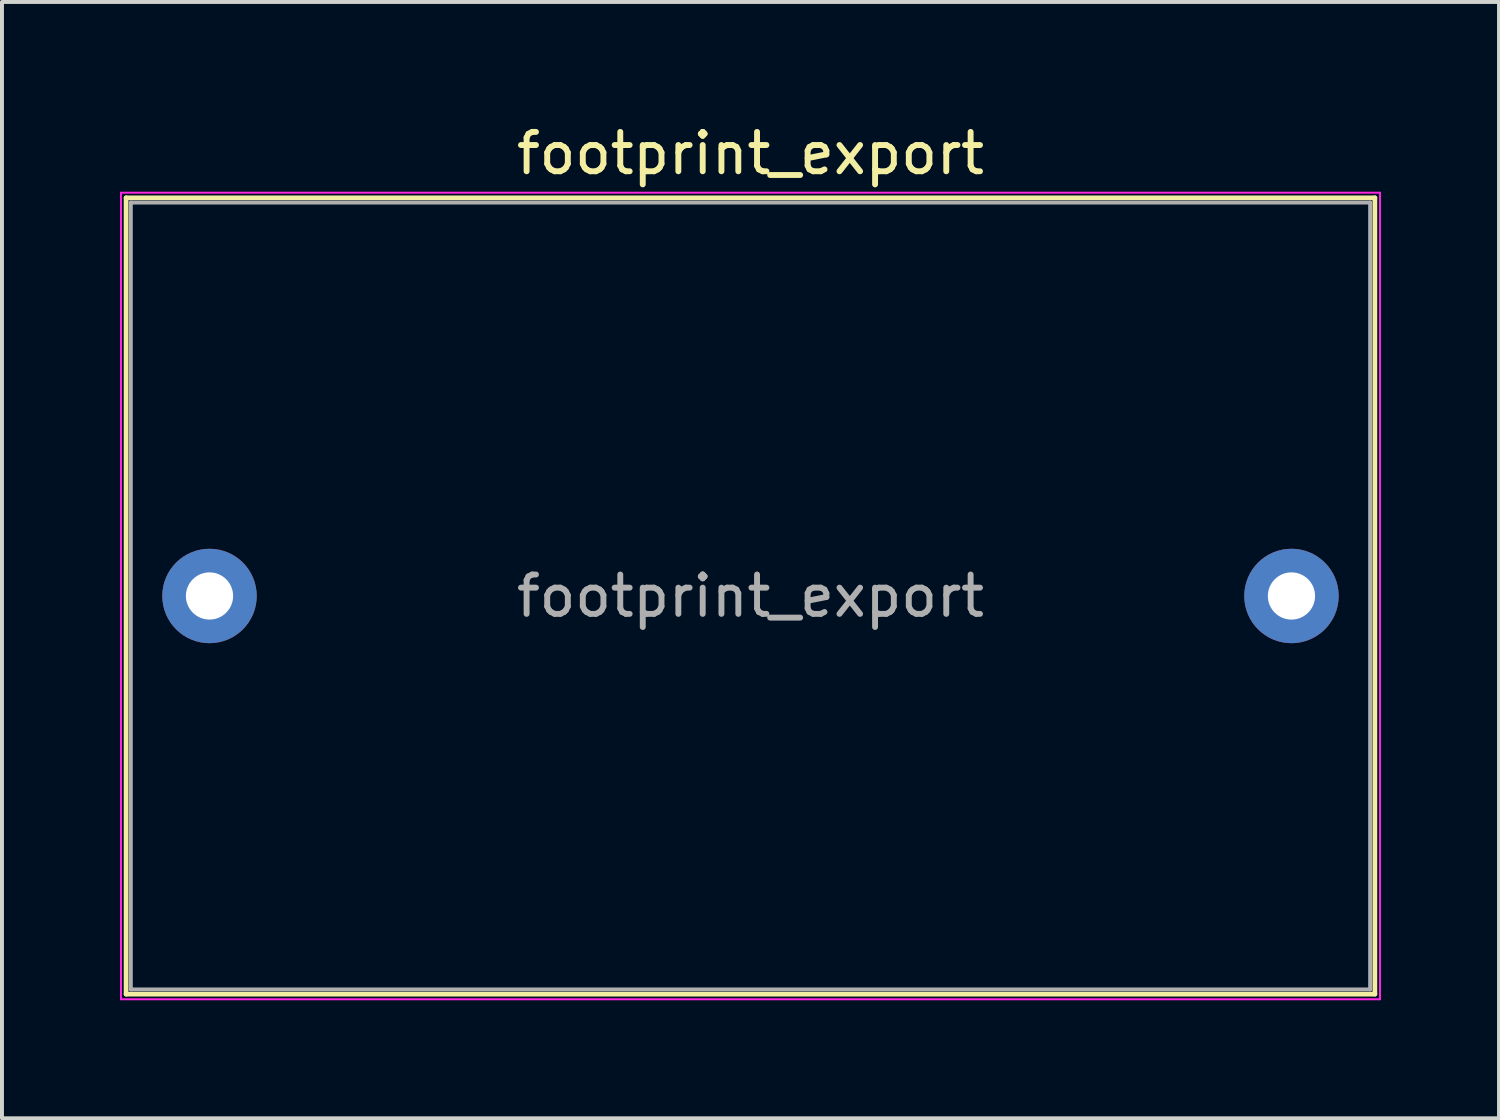
<source format=kicad_pcb>
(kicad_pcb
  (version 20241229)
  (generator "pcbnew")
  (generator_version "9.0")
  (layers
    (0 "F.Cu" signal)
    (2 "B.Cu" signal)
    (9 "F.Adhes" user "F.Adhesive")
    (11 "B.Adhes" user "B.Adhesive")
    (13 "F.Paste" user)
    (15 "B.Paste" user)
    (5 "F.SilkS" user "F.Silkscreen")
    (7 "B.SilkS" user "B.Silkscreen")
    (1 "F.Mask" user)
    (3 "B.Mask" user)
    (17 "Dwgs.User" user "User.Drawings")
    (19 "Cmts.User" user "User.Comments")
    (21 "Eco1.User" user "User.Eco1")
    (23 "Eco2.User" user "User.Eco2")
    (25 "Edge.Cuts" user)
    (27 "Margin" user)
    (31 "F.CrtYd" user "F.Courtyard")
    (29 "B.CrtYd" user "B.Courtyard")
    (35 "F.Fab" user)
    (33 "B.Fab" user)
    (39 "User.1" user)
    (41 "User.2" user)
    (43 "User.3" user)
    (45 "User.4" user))
  (footprint "footprint_export"
    (layer "F.Cu")
    (at 2.275 12.098)
    (property "Reference" "footprint_export" (at 13.75 -11.25 0) (layer "F.SilkS") (effects (font (size 1 1) (thickness 0.15))))
    (attr through_hole)
    (fp_line (start -2.12 -10.12) (end -2.12 10.12) (stroke (width 0.12) (type solid)) (layer "F.SilkS"))
    (fp_line (start -2.12 -10.12) (end 29.62 -10.12) (stroke (width 0.12) (type solid)) (layer "F.SilkS"))
    (fp_line (start -2.12 10.12) (end 29.62 10.12) (stroke (width 0.12) (type solid)) (layer "F.SilkS"))
    (fp_line (start 29.62 -10.12) (end 29.62 10.12) (stroke (width 0.12) (type solid)) (layer "F.SilkS"))
    (fp_line (start -2.25 -10.25) (end -2.25 10.25) (stroke (width 0.05) (type solid)) (layer "F.CrtYd"))
    (fp_line (start -2.25 10.25) (end 29.75 10.25) (stroke (width 0.05) (type solid)) (layer "F.CrtYd"))
    (fp_line (start 29.75 -10.25) (end -2.25 -10.25) (stroke (width 0.05) (type solid)) (layer "F.CrtYd"))
    (fp_line (start 29.75 10.25) (end 29.75 -10.25) (stroke (width 0.05) (type solid)) (layer "F.CrtYd"))
    (fp_line (start -2 -10) (end -2 10) (stroke (width 0.1) (type solid)) (layer "F.Fab"))
    (fp_line (start -2 10) (end 29.5 10) (stroke (width 0.1) (type solid)) (layer "F.Fab"))
    (fp_line (start 29.5 -10) (end -2 -10) (stroke (width 0.1) (type solid)) (layer "F.Fab"))
    (fp_line (start 29.5 10) (end 29.5 -10) (stroke (width 0.1) (type solid)) (layer "F.Fab"))
    (fp_text user "${REFERENCE}" (at 13.75 0 0) (layer "F.Fab") (effects (font (size 1 1) (thickness 0.15))))
    (pad "1" thru_hole circle (at 0 0) (size 2.4 2.4) (drill 1.2) (layers "*.Cu" "*.Mask"))
    (pad "2" thru_hole circle (at 27.5 0) (size 2.4 2.4) (drill 1.2) (layers "*.Cu" "*.Mask")))
  (gr_rect
    (start -3 -3)
    (end 35.05 25.373)
    (stroke (width 0.1) (type default))
    (fill no)
    (layer "Edge.Cuts")))
</source>
